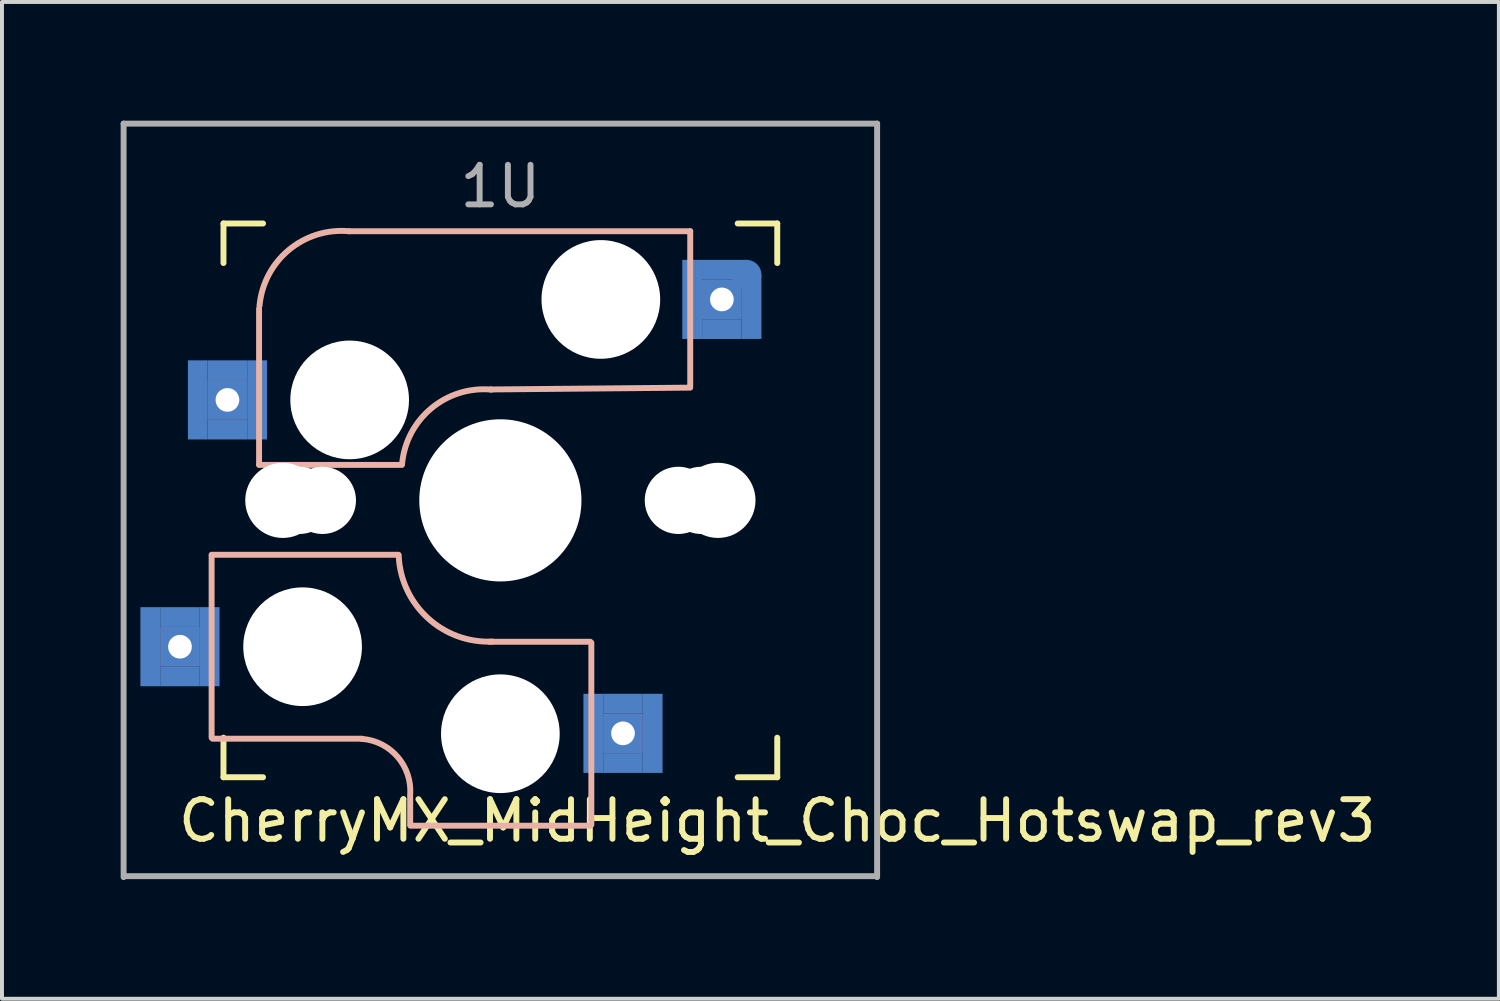
<source format=kicad_pcb>
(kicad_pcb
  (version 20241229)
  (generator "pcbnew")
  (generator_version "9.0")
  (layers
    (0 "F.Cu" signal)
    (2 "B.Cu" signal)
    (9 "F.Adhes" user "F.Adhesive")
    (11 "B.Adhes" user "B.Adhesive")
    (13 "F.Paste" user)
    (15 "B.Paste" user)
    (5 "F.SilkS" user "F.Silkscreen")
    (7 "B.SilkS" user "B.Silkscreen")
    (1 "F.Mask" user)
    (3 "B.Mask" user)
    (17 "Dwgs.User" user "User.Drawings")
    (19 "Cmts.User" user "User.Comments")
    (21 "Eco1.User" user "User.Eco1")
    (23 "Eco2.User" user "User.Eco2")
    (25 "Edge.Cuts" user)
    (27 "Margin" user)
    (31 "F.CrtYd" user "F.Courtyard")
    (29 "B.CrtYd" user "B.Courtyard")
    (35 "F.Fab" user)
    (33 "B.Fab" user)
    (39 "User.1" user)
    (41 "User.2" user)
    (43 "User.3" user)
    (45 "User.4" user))
  (footprint "CherryMX_MidHeight_Choc_Hotswap_rev3"
    (layer "F.Cu")
    (at 9.6 9.6)
    (property "Reference" "CherryMX_MidHeight_Choc_Hotswap_rev3" (at 7 8.1 0) (layer "F.SilkS") (effects (font (size 1 1) (thickness 0.15))))
    (attr through_hole)
    (fp_line (start -7 -7) (end -7 -6) (stroke (width 0.15) (type solid)) (layer "F.SilkS"))
    (fp_line (start -7 -7) (end -6 -7) (stroke (width 0.15) (type solid)) (layer "F.SilkS"))
    (fp_line (start -7 6) (end -7 7) (stroke (width 0.15) (type solid)) (layer "F.SilkS"))
    (fp_line (start -7 7) (end -6 7) (stroke (width 0.15) (type solid)) (layer "F.SilkS"))
    (fp_line (start 6 -7) (end 7 -7) (stroke (width 0.15) (type solid)) (layer "F.SilkS"))
    (fp_line (start 6 7) (end 7 7) (stroke (width 0.15) (type solid)) (layer "F.SilkS"))
    (fp_line (start 7 -7) (end 7 -6) (stroke (width 0.15) (type solid)) (layer "F.SilkS"))
    (fp_line (start 7 7) (end 7 6) (stroke (width 0.15) (type solid)) (layer "F.SilkS"))
    (fp_line (start -7.3 1.4) (end -7.3 6) (stroke (width 0.15) (type solid)) (layer "B.SilkS"))
    (fp_line (start -6.1 -4.85) (end -6.1 -0.905) (stroke (width 0.15) (type solid)) (layer "B.SilkS"))
    (fp_line (start -6.1 -0.896) (end -2.49 -0.896) (stroke (width 0.15) (type solid)) (layer "B.SilkS"))
    (fp_line (start -3.5 6.025) (end -7.275 6.025) (stroke (width 0.15) (type solid)) (layer "B.SilkS"))
    (fp_line (start -2.575 1.375) (end -7.3 1.375) (stroke (width 0.15) (type solid)) (layer "B.SilkS"))
    (fp_line (start -2.28 7.5) (end -2.28 8.2) (stroke (width 0.15) (type solid)) (layer "B.SilkS"))
    (fp_line (start 2.275 3.575) (end -0.275 3.575) (stroke (width 0.15) (type solid)) (layer "B.SilkS"))
    (fp_line (start 2.275 8.225) (end -2.275 8.225) (stroke (width 0.15) (type solid)) (layer "B.SilkS"))
    (fp_line (start 2.3 3.6) (end 2.3 8.2) (stroke (width 0.15) (type solid)) (layer "B.SilkS"))
    (fp_line (start 4.8 -6.804) (end -3.825 -6.804) (stroke (width 0.15) (type solid)) (layer "B.SilkS"))
    (fp_line (start 4.8 -2.896) (end 4.8 -6.804) (stroke (width 0.15) (type solid)) (layer "B.SilkS"))
    (fp_line (start 4.8 -2.85) (end -0.25 -2.804) (stroke (width 0.15) (type solid)) (layer "B.SilkS"))
    (fp_arc (start -6.089 -4.92) (mid -5.347189 -6.33089) (end -3.825 -6.804) (stroke (width 0.15) (type solid)) (layer "B.SilkS"))
    (fp_arc (start -3.5 6.03) (mid -2.595908 6.48733) (end -2.28 7.45) (stroke (width 0.15) (type solid)) (layer "B.SilkS"))
    (fp_arc (start -2.485 -0.92) (mid -1.744361 -2.328061) (end -0.225 -2.8) (stroke (width 0.15) (type solid)) (layer "B.SilkS"))
    (fp_arc (start -0.2 3.57) (mid -1.834422 2.975843) (end -2.57 1.4) (stroke (width 0.15) (type solid)) (layer "B.SilkS"))
    (fp_line (start -9.525 -9.525) (end 9.525 -9.525) (stroke (width 0.15) (type solid)) (layer "F.Fab"))
    (fp_line (start -9.525 9.525) (end -9.525 -9.525) (stroke (width 0.15) (type solid)) (layer "F.Fab"))
    (fp_line (start 9.5 9.5) (end -9.5 9.5) (stroke (width 0.15) (type solid)) (layer "F.Fab"))
    (fp_line (start 9.525 -9.525) (end 9.525 9.525) (stroke (width 0.15) (type solid)) (layer "F.Fab"))
    (fp_text user "1U" (at 0 -7.938 0) (layer "F.Fab") (effects (font (size 1 1) (thickness 0.15))))
    (pad "" np_thru_hole circle (at -5.5 0 90) (size 1.9 1.9) (drill 1.9) (layers "*.Cu" "*.Mask"))
    (pad "" np_thru_hole circle (at -5.08 0) (size 1.7 1.7) (drill 1.7) (layers "*.Cu" "*.Mask"))
    (pad "" np_thru_hole circle (at -5 3.7 90) (size 3 3) (drill 3) (layers "*.Cu" "*.Mask"))
    (pad "" np_thru_hole circle (at -4.5 0) (size 1.7 1.7) (drill 1.7) (layers "*.Cu" "*.Mask"))
    (pad "" np_thru_hole circle (at -3.81 -2.54 180) (size 3 3) (drill 3) (layers "*.Cu" "*.Mask"))
    (pad "" np_thru_hole circle (at 0 0 90) (size 4.1 4.1) (drill 4.1) (layers "*.Cu" "*.Mask"))
    (pad "" np_thru_hole circle (at 0 5.9 90) (size 3 3) (drill 3) (layers "*.Cu" "*.Mask"))
    (pad "" np_thru_hole circle (at 2.54 -5.08 180) (size 3 3) (drill 3) (layers "*.Cu" "*.Mask"))
    (pad "" np_thru_hole circle (at 4.5 0) (size 1.7 1.7) (drill 1.7) (layers "*.Cu" "*.Mask"))
    (pad "" np_thru_hole circle (at 5.08 0) (size 1.7 1.7) (drill 1.7) (layers "*.Cu" "*.Mask"))
    (pad "" np_thru_hole circle (at 5.5 0 90) (size 1.9 1.9) (drill 1.9) (layers "*.Cu" "*.Mask"))
    (pad "1" smd rect (at -8.85 3.7 180) (size 0.5 2) (layers "B.Cu" "B.Mask" "B.Paste"))
    (pad "1" smd rect (at -8.1 2.95 180) (size 1 0.5) (layers "B.Cu" "B.Mask" "B.Paste"))
    (pad "1" thru_hole rect (at -8.1 3.7) (size 1 1) (drill 0.6) (layers "*.Cu" "B.Mask"))
    (pad "1" smd rect (at -8.1 4.45 180) (size 1 0.5) (layers "B.Cu" "B.Mask" "B.Paste"))
    (pad "1" smd rect (at -7.65 -2.54 180) (size 0.5 2) (layers "B.Cu" "B.Mask" "B.Paste"))
    (pad "1" smd rect (at -7.35 3.7 180) (size 0.5 2) (layers "B.Cu" "B.Mask" "B.Paste"))
    (pad "1" smd rect (at -6.9 -3.29 180) (size 1 0.5) (layers "B.Cu" "B.Mask" "B.Paste"))
    (pad "1" thru_hole rect (at -6.9 -2.54) (size 1 1) (drill 0.6) (layers "*.Cu" "B.Mask"))
    (pad "1" smd rect (at -6.9 -1.79 180) (size 1 0.5) (layers "B.Cu" "B.Mask" "B.Paste"))
    (pad "1" smd rect (at -6.15 -2.54 180) (size 0.5 2) (layers "B.Cu" "B.Mask" "B.Paste"))
    (pad "2" smd rect (at 2.35 5.89 180) (size 0.5 2) (layers "B.Cu" "B.Mask" "B.Paste"))
    (pad "2" smd rect (at 3.1 5.14 180) (size 1 0.5) (layers "B.Cu" "B.Mask" "B.Paste"))
    (pad "2" thru_hole rect (at 3.1 5.89) (size 1 1) (drill 0.6) (layers "*.Cu" "B.Mask"))
    (pad "2" smd rect (at 3.1 6.64 180) (size 1 0.5) (layers "B.Cu" "B.Mask" "B.Paste"))
    (pad "2" smd rect (at 3.85 5.89 180) (size 0.5 2) (layers "B.Cu" "B.Mask" "B.Paste"))
    (pad "2" smd rect (at 4.85 -5.08 180) (size 0.5 2) (layers "B.Cu" "B.Mask" "B.Paste"))
    (pad "2" thru_hole rect (at 5.6 -5.08) (size 1 1) (drill 0.6) (layers "*.Cu" "B.Mask"))
    (pad "2" smd rect (at 5.6 -4.33 180) (size 1 0.5) (layers "B.Cu" "B.Mask" "B.Paste"))
    (pad "2" smd rect (at 5.661 -5.83 180) (size 1.125 0.5) (layers "B.Cu" "B.Mask" "B.Paste"))
    (pad "2" smd circle (at 6.225 -5.705 180) (size 0.75 0.75) (layers "B.Cu" "B.Mask" "B.Paste"))
    (pad "2" smd rect (at 6.35 -4.893 180) (size 0.5 1.625) (layers "B.Cu" "B.Mask" "B.Paste")))
  (gr_rect
    (start -3 -3)
    (end 34.844 22.2)
    (stroke (width 0.1) (type default))
    (fill no)
    (layer "Edge.Cuts")))
</source>
